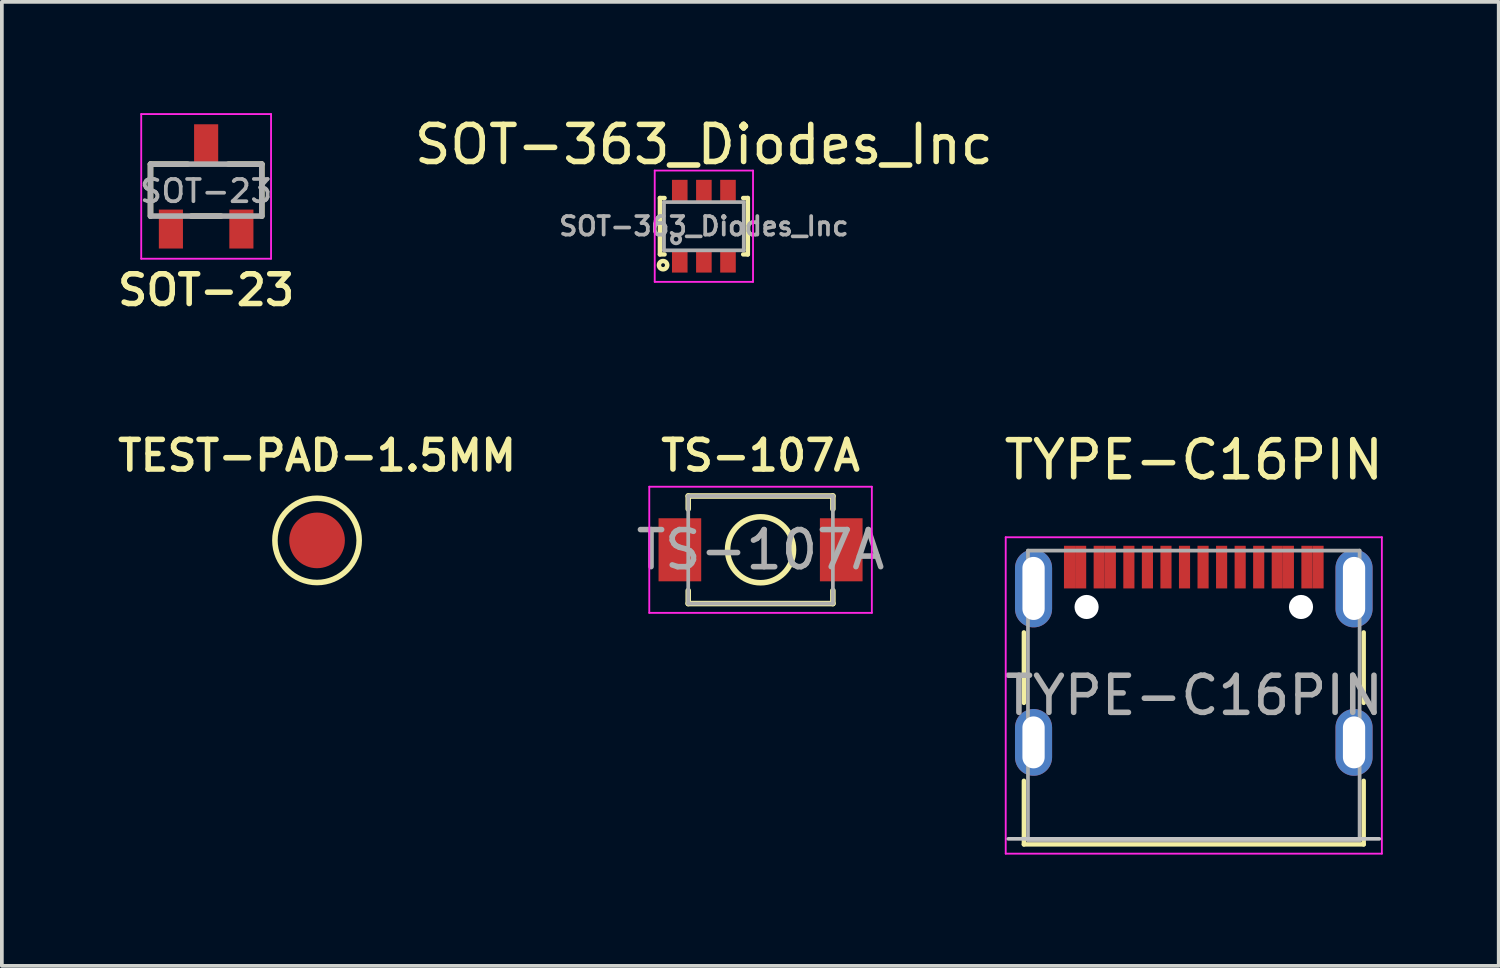
<source format=kicad_pcb>
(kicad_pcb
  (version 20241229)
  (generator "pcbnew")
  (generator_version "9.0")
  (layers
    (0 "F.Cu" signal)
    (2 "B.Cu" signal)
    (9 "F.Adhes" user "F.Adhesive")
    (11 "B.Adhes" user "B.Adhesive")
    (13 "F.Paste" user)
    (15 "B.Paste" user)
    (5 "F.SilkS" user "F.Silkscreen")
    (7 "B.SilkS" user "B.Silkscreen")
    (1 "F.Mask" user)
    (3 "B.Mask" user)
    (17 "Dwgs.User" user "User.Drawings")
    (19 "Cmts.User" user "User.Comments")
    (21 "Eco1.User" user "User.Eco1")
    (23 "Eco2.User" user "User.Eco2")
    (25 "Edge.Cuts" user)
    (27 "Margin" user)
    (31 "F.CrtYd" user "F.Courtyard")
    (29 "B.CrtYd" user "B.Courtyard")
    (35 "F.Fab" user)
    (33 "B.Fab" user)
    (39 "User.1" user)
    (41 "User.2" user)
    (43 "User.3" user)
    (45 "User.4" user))
  (footprint "TEST-PAD-1.5MM"
    (layer "F.Cu")
    (at 5.497 11.518)
    (property "Reference" "TEST-PAD-1.5MM" (at 0 -2.286 0) (layer "F.SilkS") (effects (font (size 0.8 0.8) (thickness 0.15))))
    (attr exclude_from_pos_files exclude_from_bom)
    (fp_circle (center 0 0) (end -1.016 0.508) (stroke (width 0.15) (type solid)) (fill no) (layer "F.SilkS"))
    (pad "~" smd circle (at 0 0) (size 1.5 1.5) (layers "F.Cu" "F.Mask")))
  (footprint "TS-107A"
    (layer "F.Cu")
    (at 17.453 11.771)
    (property "Reference" "TS-107A" (at 0 -2.54 0) (layer "F.SilkS") (effects (font (size 0.8 0.8) (thickness 0.15))))
    (attr through_hole)
    (fp_line (start -1.95 -1.45) (end 1.95 -1.45) (stroke (width 0.15) (type solid)) (layer "F.SilkS"))
    (fp_line (start -1.95 -1.1) (end -1.95 -1.45) (stroke (width 0.15) (type solid)) (layer "F.SilkS"))
    (fp_line (start -1.95 1.1) (end -1.95 1.45) (stroke (width 0.15) (type solid)) (layer "F.SilkS"))
    (fp_line (start -1.95 1.45) (end 1.95 1.45) (stroke (width 0.15) (type solid)) (layer "F.SilkS"))
    (fp_line (start 1.95 -1.45) (end 1.95 -1.1) (stroke (width 0.15) (type solid)) (layer "F.SilkS"))
    (fp_line (start 1.95 1.45) (end 1.95 1.1) (stroke (width 0.15) (type solid)) (layer "F.SilkS"))
    (fp_circle (center 0 0) (end -0.889 0) (stroke (width 0.15) (type solid)) (fill no) (layer "F.SilkS"))
    (fp_line (start -3 -1.7) (end 3 -1.7) (stroke (width 0.05) (type solid)) (layer "F.CrtYd"))
    (fp_line (start -3 1.7) (end -3 -1.7) (stroke (width 0.05) (type solid)) (layer "F.CrtYd"))
    (fp_line (start 3 -1.7) (end 3 1.7) (stroke (width 0.05) (type solid)) (layer "F.CrtYd"))
    (fp_line (start 3 1.7) (end -3 1.7) (stroke (width 0.05) (type solid)) (layer "F.CrtYd"))
    (fp_line (start -1.95 -1.45) (end 1.95 -1.45) (stroke (width 0.1) (type solid)) (layer "F.Fab"))
    (fp_line (start -1.95 1.45) (end -1.95 -1.45) (stroke (width 0.1) (type solid)) (layer "F.Fab"))
    (fp_line (start -1.95 1.45) (end 1.95 1.45) (stroke (width 0.1) (type solid)) (layer "F.Fab"))
    (fp_line (start 1.95 1.45) (end 1.95 -1.45) (stroke (width 0.1) (type solid)) (layer "F.Fab"))
    (fp_text user "${REFERENCE}" (at 0 0 0) (layer "F.Fab") (effects (font (size 1 1) (thickness 0.15))))
    (pad "1" smd rect (at -2.175 0) (size 1.15 1.7) (layers "F.Cu" "F.Mask" "F.Paste"))
    (pad "2" smd rect (at 2.175 0) (size 1.15 1.7) (layers "F.Cu" "F.Mask" "F.Paste")))
  (footprint "TYPE-C16PIN"
    (layer "F.Cu")
    (at 29.132 15.698)
    (property "Reference" "TYPE-C16PIN" (at 0 -6.35 0) (layer "F.SilkS") (effects (font (size 1 1) (thickness 0.15))))
    (attr smd)
    (fp_line (start -4.58 -1.7) (end -4.58 0.2) (stroke (width 0.12) (type solid)) (layer "F.SilkS"))
    (fp_line (start -4.58 2.3) (end -4.58 4.015) (stroke (width 0.12) (type solid)) (layer "F.SilkS"))
    (fp_line (start 4.58 -1.7) (end 4.58 0.2) (stroke (width 0.12) (type solid)) (layer "F.SilkS"))
    (fp_line (start 4.58 2.3) (end 4.58 4.015) (stroke (width 0.12) (type solid)) (layer "F.SilkS"))
    (fp_line (start 4.58 4.015) (end -4.58 4.015) (stroke (width 0.12) (type solid)) (layer "F.SilkS"))
    (fp_line (start -5 3.865) (end 5 3.865) (stroke (width 0.1) (type solid)) (layer "Dwgs.User"))
    (fp_line (start -5.07 4.265) (end -5.07 -4.265) (stroke (width 0.05) (type solid)) (layer "F.CrtYd"))
    (fp_line (start 5.07 -4.265) (end -5.07 -4.265) (stroke (width 0.05) (type solid)) (layer "F.CrtYd"))
    (fp_line (start 5.07 4.265) (end -5.07 4.265) (stroke (width 0.05) (type solid)) (layer "F.CrtYd"))
    (fp_line (start 5.07 4.265) (end 5.07 -4.265) (stroke (width 0.05) (type solid)) (layer "F.CrtYd"))
    (fp_line (start -4.47 -3.905) (end -4.47 3.905) (stroke (width 0.1) (type solid)) (layer "F.Fab"))
    (fp_line (start -4.47 -3.905) (end 4.47 -3.905) (stroke (width 0.1) (type solid)) (layer "F.Fab"))
    (fp_line (start -4.47 3.905) (end 4.47 3.905) (stroke (width 0.1) (type solid)) (layer "F.Fab"))
    (fp_line (start 4.47 -3.905) (end 4.47 3.905) (stroke (width 0.1) (type solid)) (layer "F.Fab"))
    (fp_text user "${REFERENCE}" (at 0 0 0) (layer "F.Fab") (effects (font (size 1 1) (thickness 0.15))))
    (pad "" np_thru_hole circle (at -2.89 -2.385) (size 0.65 0.65) (drill 0.65) (layers "*.Cu" "*.Mask"))
    (pad "" np_thru_hole circle (at 2.89 -2.385) (size 0.65 0.65) (drill 0.65) (layers "*.Cu" "*.Mask"))
    (pad "1" thru_hole oval (at -4.32 1.265) (size 1 1.8) (drill oval 0.6 1.4) (layers "*.Cu" "*.Mask" "F.Paste"))
    (pad "2" thru_hole oval (at 4.32 1.265) (size 1 1.8) (drill oval 0.6 1.4) (layers "*.Cu" "*.Mask" "F.Paste"))
    (pad "3" thru_hole oval (at -4.32 -2.885) (size 1 2.1) (drill oval 0.6 1.7) (layers "*.Cu" "*.Mask" "F.Paste"))
    (pad "4" thru_hole oval (at 4.32 -2.885) (size 1 2.1) (drill oval 0.6 1.7) (layers "*.Cu" "*.Mask" "F.Paste"))
    (pad "A1" smd rect (at -3.35 -3.46) (size 0.3 1.15) (layers "F.Cu" "F.Mask" "F.Paste"))
    (pad "A4" smd rect (at -2.55 -3.46) (size 0.3 1.15) (layers "F.Cu" "F.Mask" "F.Paste"))
    (pad "A5" smd rect (at -1.25 -3.46) (size 0.3 1.15) (layers "F.Cu" "F.Mask" "F.Paste"))
    (pad "A6" smd rect (at -0.25 -3.46) (size 0.3 1.15) (layers "F.Cu" "F.Mask" "F.Paste"))
    (pad "A7" smd rect (at 0.25 -3.46) (size 0.3 1.15) (layers "F.Cu" "F.Mask" "F.Paste"))
    (pad "A8" smd rect (at -1.75 -3.46) (size 0.3 1.15) (layers "F.Cu" "F.Mask" "F.Paste"))
    (pad "A9" smd rect (at 2.55 -3.46) (size 0.3 1.15) (layers "F.Cu" "F.Mask" "F.Paste"))
    (pad "A12" smd rect (at 3.35 -3.46) (size 0.3 1.15) (layers "F.Cu" "F.Mask" "F.Paste"))
    (pad "B1" smd rect (at 3.05 -3.46) (size 0.3 1.15) (layers "F.Cu" "F.Mask" "F.Paste"))
    (pad "B4" smd rect (at 2.25 -3.46) (size 0.3 1.15) (layers "F.Cu" "F.Mask" "F.Paste"))
    (pad "B5" smd rect (at 1.75 -3.46) (size 0.3 1.15) (layers "F.Cu" "F.Mask" "F.Paste"))
    (pad "B6" smd rect (at 0.75 -3.46) (size 0.3 1.15) (layers "F.Cu" "F.Mask" "F.Paste"))
    (pad "B7" smd rect (at -0.75 -3.46) (size 0.3 1.15) (layers "F.Cu" "F.Mask" "F.Paste"))
    (pad "B8" smd rect (at 1.25 -3.46) (size 0.3 1.15) (layers "F.Cu" "F.Mask" "F.Paste"))
    (pad "B9" smd rect (at -2.25 -3.46) (size 0.3 1.15) (layers "F.Cu" "F.Mask" "F.Paste"))
    (pad "B12" smd rect (at -3.05 -3.46) (size 0.3 1.15) (layers "F.Cu" "F.Mask" "F.Paste")))
  (footprint "SOT-23"
    (layer "F.Cu")
    (at 2.507 1.975)
    (property "Reference" "SOT-23" (at 0 2.794 180) (layer "F.SilkS") (effects (font (size 0.8 0.8) (thickness 0.15))))
    (attr smd)
    (fp_line (start -1.5 -0.6) (end -0.5 -0.6) (stroke (width 0.15) (type solid)) (layer "F.SilkS"))
    (fp_line (start -1.5 0.8) (end -1.5 -0.6) (stroke (width 0.15) (type solid)) (layer "F.SilkS"))
    (fp_line (start -0.4 0.8) (end 0.4 0.8) (stroke (width 0.15) (type solid)) (layer "F.SilkS"))
    (fp_line (start 0.6 -0.6) (end 1.5 -0.6) (stroke (width 0.15) (type solid)) (layer "F.SilkS"))
    (fp_line (start 1.5 0.8) (end 1.5 -0.6) (stroke (width 0.15) (type solid)) (layer "F.SilkS"))
    (fp_line (start -1.75 -1.95) (end -1.75 1.95) (stroke (width 0.05) (type solid)) (layer "F.CrtYd"))
    (fp_line (start -1.75 1.95) (end 1.75 1.95) (stroke (width 0.05) (type solid)) (layer "F.CrtYd"))
    (fp_line (start 1.75 -1.95) (end -1.75 -1.95) (stroke (width 0.05) (type solid)) (layer "F.CrtYd"))
    (fp_line (start 1.75 1.95) (end 1.75 -1.95) (stroke (width 0.05) (type solid)) (layer "F.CrtYd"))
    (fp_line (start -1.5 -0.6) (end 1.5 -0.6) (stroke (width 0.15) (type solid)) (layer "F.Fab"))
    (fp_line (start -1.5 0.8) (end -1.5 -0.6) (stroke (width 0.15) (type solid)) (layer "F.Fab"))
    (fp_line (start -1.5 0.8) (end 1.5 0.8) (stroke (width 0.15) (type solid)) (layer "F.Fab"))
    (fp_line (start 1.5 0.8) (end 1.5 -0.6) (stroke (width 0.15) (type solid)) (layer "F.Fab"))
    (fp_text user "${REFERENCE}" (at 0 0.127 180) (layer "F.Fab") (effects (font (size 0.6 0.6) (thickness 0.1))))
    (pad "1" smd rect (at -0.95 1.15) (size 0.65 1.05) (layers "F.Cu" "F.Mask" "F.Paste"))
    (pad "2" smd rect (at 0.95 1.15) (size 0.65 1.05) (layers "F.Cu" "F.Mask" "F.Paste"))
    (pad "3" smd rect (at 0 -1.15) (size 0.65 1.05) (layers "F.Cu" "F.Mask" "F.Paste")))
  (footprint "SOT-363_Diodes_Inc"
    (layer "F.Cu")
    (at 15.925 3.048)
    (property "Reference" "SOT-363_Diodes_Inc" (at 0 -2.2 180) (layer "F.SilkS") (effects (font (size 1 1) (thickness 0.15))))
    (attr smd)
    (fp_line (start -1.185 -0.76) (end -1.06 -0.76) (stroke (width 0.12) (type solid)) (layer "F.SilkS"))
    (fp_line (start -1.185 0.76) (end -1.185 -0.76) (stroke (width 0.12) (type solid)) (layer "F.SilkS"))
    (fp_line (start -1.06 0.76) (end -1.185 0.76) (stroke (width 0.12) (type solid)) (layer "F.SilkS"))
    (fp_line (start 1.06 -0.76) (end 1.185 -0.76) (stroke (width 0.12) (type solid)) (layer "F.SilkS"))
    (fp_line (start 1.06 0.76) (end 1.185 0.76) (stroke (width 0.12) (type solid)) (layer "F.SilkS"))
    (fp_line (start 1.185 -0.76) (end 1.185 0.76) (stroke (width 0.12) (type solid)) (layer "F.SilkS"))
    (fp_circle (center -1.1 1.05) (end -0.988 1.05) (stroke (width 0.12) (type solid)) (fill no) (layer "F.SilkS"))
    (fp_line (start -1.325 -1.5) (end -1.325 1.5) (stroke (width 0.05) (type solid)) (layer "F.CrtYd"))
    (fp_line (start -1.325 1.5) (end 1.325 1.5) (stroke (width 0.05) (type solid)) (layer "F.CrtYd"))
    (fp_line (start 1.325 -1.5) (end -1.325 -1.5) (stroke (width 0.05) (type solid)) (layer "F.CrtYd"))
    (fp_line (start 1.325 1.5) (end 1.325 -1.5) (stroke (width 0.05) (type solid)) (layer "F.CrtYd"))
    (fp_line (start -1.075 -0.65) (end -1.075 0.65) (stroke (width 0.1) (type solid)) (layer "F.Fab"))
    (fp_line (start -1.075 -0.65) (end 1.075 -0.65) (stroke (width 0.1) (type solid)) (layer "F.Fab"))
    (fp_line (start -1.075 0.65) (end 1.075 0.65) (stroke (width 0.1) (type solid)) (layer "F.Fab"))
    (fp_line (start 1.075 -0.65) (end 1.075 0.65) (stroke (width 0.1) (type solid)) (layer "F.Fab"))
    (fp_circle (center -0.75 0.35) (end -0.638 0.35) (stroke (width 0.1) (type solid)) (fill no) (layer "F.Fab"))
    (fp_text user "${REFERENCE}" (at 0 0 180) (layer "F.Fab") (effects (font (size 0.5 0.5) (thickness 0.1))))
    (pad "1" smd rect (at -0.65 0.95) (size 0.42 0.6) (layers "F.Cu" "F.Mask" "F.Paste"))
    (pad "2" smd rect (at 0 0.95) (size 0.42 0.6) (layers "F.Cu" "F.Mask" "F.Paste"))
    (pad "3" smd rect (at 0.65 0.95) (size 0.42 0.6) (layers "F.Cu" "F.Mask" "F.Paste"))
    (pad "4" smd rect (at 0.65 -0.95) (size 0.42 0.6) (layers "F.Cu" "F.Mask" "F.Paste"))
    (pad "5" smd rect (at 0 -0.95) (size 0.42 0.6) (layers "F.Cu" "F.Mask" "F.Paste"))
    (pad "6" smd rect (at -0.65 -0.95) (size 0.42 0.6) (layers "F.Cu" "F.Mask" "F.Paste")))
  (gr_rect
    (start -3 -3)
    (end 37.352 22.988)
    (stroke (width 0.1) (type default))
    (fill no)
    (layer "Edge.Cuts")))
</source>
